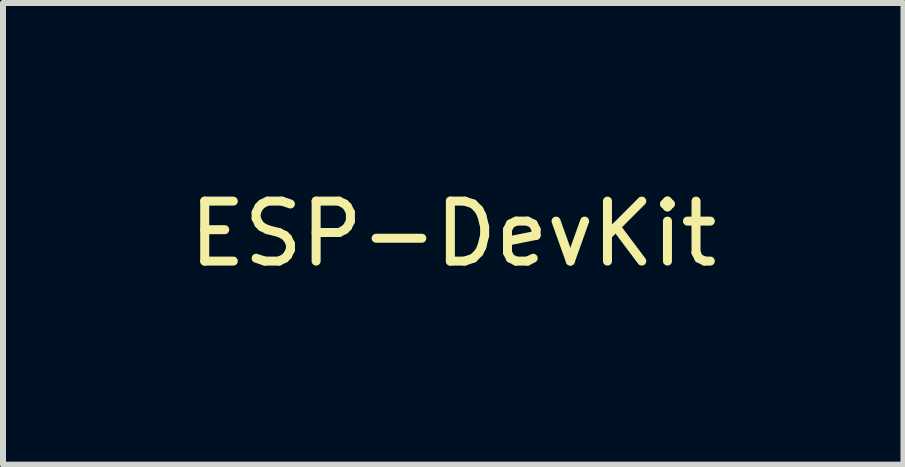
<source format=kicad_pcb>
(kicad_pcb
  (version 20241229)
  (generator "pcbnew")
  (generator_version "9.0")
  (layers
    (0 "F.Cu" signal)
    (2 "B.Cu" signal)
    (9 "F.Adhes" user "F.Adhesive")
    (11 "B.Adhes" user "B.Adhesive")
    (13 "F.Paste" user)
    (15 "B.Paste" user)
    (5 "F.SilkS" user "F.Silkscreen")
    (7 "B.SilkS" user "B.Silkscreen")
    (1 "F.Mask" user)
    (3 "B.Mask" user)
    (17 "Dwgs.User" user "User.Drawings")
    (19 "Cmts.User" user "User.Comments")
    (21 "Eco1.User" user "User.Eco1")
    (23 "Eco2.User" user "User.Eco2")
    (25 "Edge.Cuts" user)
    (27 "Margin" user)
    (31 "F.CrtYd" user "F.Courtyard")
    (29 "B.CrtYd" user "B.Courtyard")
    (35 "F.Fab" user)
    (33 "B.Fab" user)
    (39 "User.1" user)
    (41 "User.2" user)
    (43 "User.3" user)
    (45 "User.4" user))
  (footprint "ESP-DevKit"
    (layer "F.Cu")
    (at 4.506 0.348)
    (property "Reference" "ESP-DevKit" (at 0 0.5 0) (layer "F.SilkS") (effects (font (size 1 1) (thickness 0.15))))
    (attr through_hole)
    (pad "" smd circle (at 0 0) (size 0.1 0.1) (layers "F.Paste")))
  (gr_rect
    (start -3 -3)
    (end 12.012 4.697)
    (stroke (width 0.1) (type default))
    (fill no)
    (layer "Edge.Cuts")))
</source>
